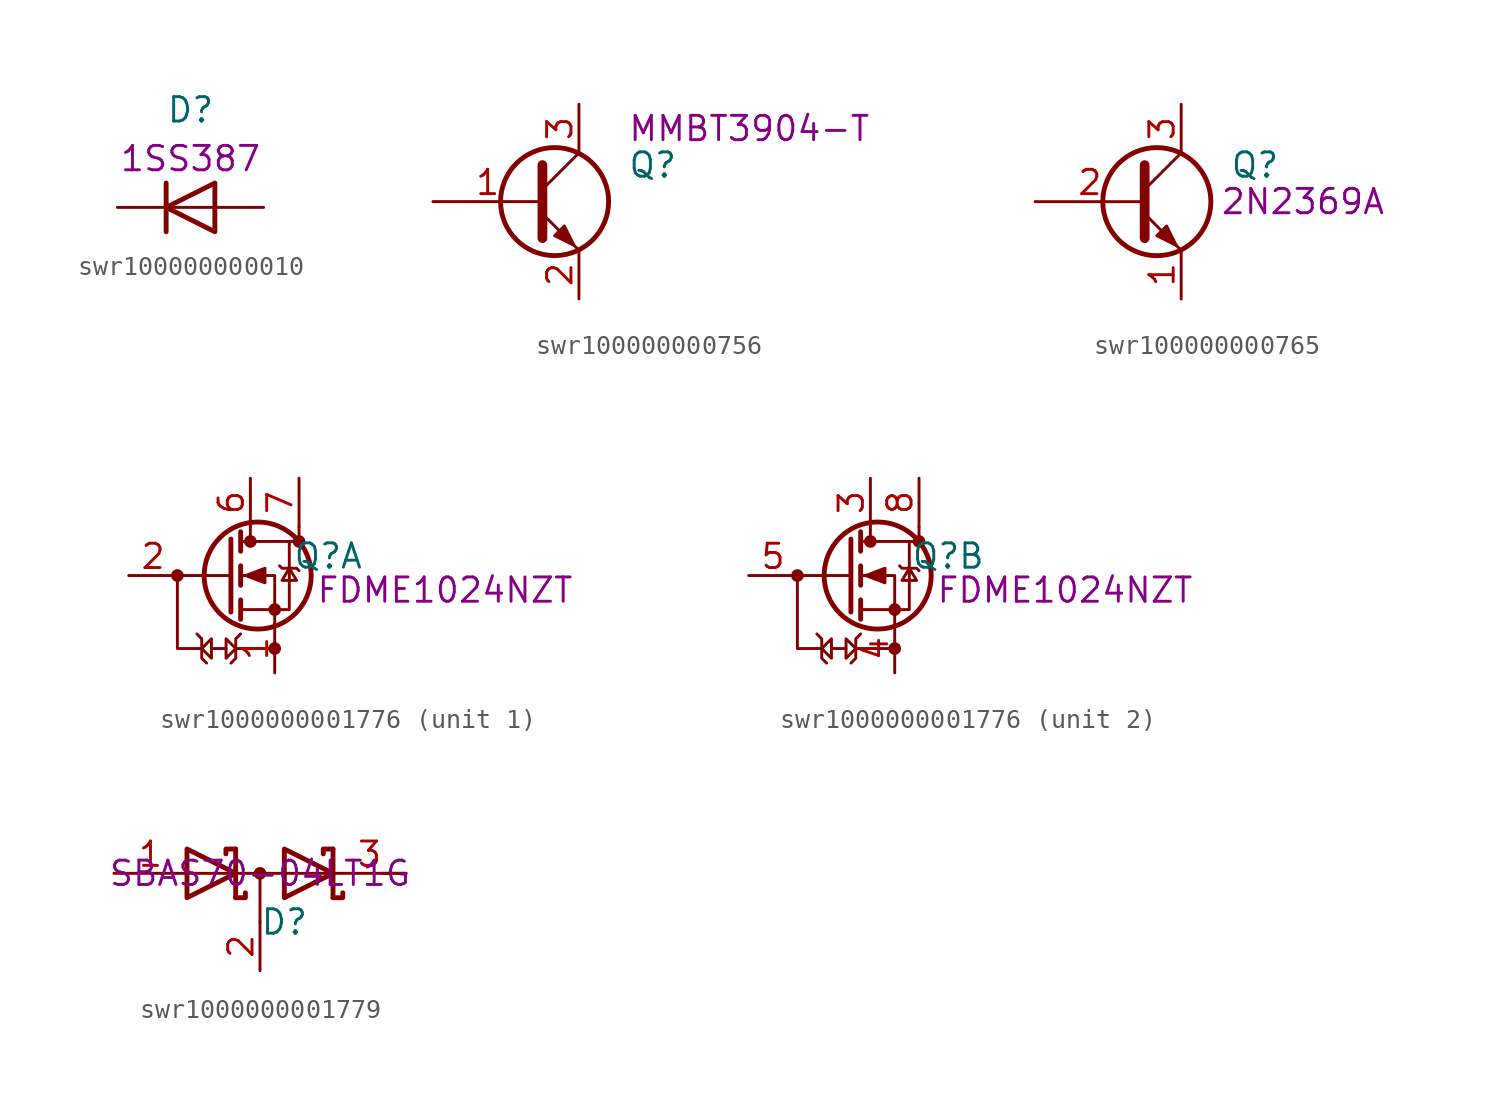
<source format=kicad_sym>
(kicad_symbol_lib
  (version 20211014)
  (generator kicad_symbol_editor)
  (symbol "swr100000000010"
    (pin_numbers hide)
    (pin_names
      (offset 1.016) hide)
    (property "Reference" "D"
      (at 0 5.08 0)
      (effects (font (size 1.27 1.27))))
    (property "PartValue" "1SS387"
      (at 0 2.54 0)
      (effects (font (size 1.27 1.27))))
    (symbol "swr100000000010_0_1"
      (polyline (pts (xy -1.27 1.27) (xy -1.27 -1.27)) (stroke (width 0.254) (type default) (color 0 0 0 0)) (fill (type none)))
      (polyline (pts (xy 1.27 0) (xy -1.27 0)) (stroke (width 0) (type default) (color 0 0 0 0)) (fill (type none)))
      (polyline (pts (xy 1.27 1.27) (xy 1.27 -1.27) (xy -1.27 0) (xy 1.27 1.27)) (stroke (width 0.254) (type default) (color 0 0 0 0)) (fill (type none))))
    (symbol "swr100000000010_1_1"
      (pin passive line (at -3.81 0 0) (length 2.54) (name "K" (effects (font (size 1.27 1.27)))) (number "1" (effects (font (size 1.27 1.27)))))
      (pin passive line (at 3.81 0 180) (length 2.54) (name "A" (effects (font (size 1.27 1.27)))) (number "2" (effects (font (size 1.27 1.27)))))))
  (symbol "swr100000000756"
    (pin_names
      (offset 0) hide)
    (property "Reference" "Q"
      (at 5.08 1.905 0)
      (effects (font (size 1.27 1.27)) (justify left)))
    (property "PartValue" "MMBT3904-T"
      (at 11.43 3.81 0)
      (effects (font (size 1.27 1.27))))
    (symbol "swr100000000756_0_1"
      (polyline (pts (xy 0.635 0.635) (xy 2.54 2.54)) (stroke (width 0) (type default) (color 0 0 0 0)) (fill (type none)))
      (polyline (pts (xy 0.635 -0.635) (xy 2.54 -2.54) (xy 2.54 -2.54)) (stroke (width 0) (type default) (color 0 0 0 0)) (fill (type none)))
      (polyline (pts (xy 0.635 1.905) (xy 0.635 -1.905) (xy 0.635 -1.905)) (stroke (width 0.508) (type default) (color 0 0 0 0)) (fill (type none)))
      (polyline (pts (xy 1.27 -1.778) (xy 1.778 -1.27) (xy 2.286 -2.286) (xy 1.27 -1.778) (xy 1.27 -1.778)) (stroke (width 0) (type default) (color 0 0 0 0)) (fill (type outline)))
      (circle (center 1.27 0) (radius 2.819) (stroke (width 0.254) (type default) (color 0 0 0 0)) (fill (type none))))
    (symbol "swr100000000756_1_1"
      (pin input line (at -5.08 0 0) (length 5.715) (name "B" (effects (font (size 1.27 1.27)))) (number "1" (effects (font (size 1.27 1.27)))))
      (pin passive line (at 2.54 -5.08 90) (length 2.54) (name "E" (effects (font (size 1.27 1.27)))) (number "2" (effects (font (size 1.27 1.27)))))
      (pin passive line (at 2.54 5.08 270) (length 2.54) (name "C" (effects (font (size 1.27 1.27)))) (number "3" (effects (font (size 1.27 1.27)))))))
  (symbol "swr100000000765"
    (pin_names
      (offset 0) hide)
    (property "Reference" "Q"
      (at 5.08 1.905 0)
      (effects (font (size 1.27 1.27)) (justify left)))
    (property "PartValue" "2N2369A"
      (at 8.89 0 0)
      (effects (font (size 1.27 1.27))))
    (symbol "swr100000000765_0_1"
      (polyline (pts (xy 0.635 0.635) (xy 2.54 2.54)) (stroke (width 0) (type default) (color 0 0 0 0)) (fill (type none)))
      (polyline (pts (xy 0.635 -0.635) (xy 2.54 -2.54) (xy 2.54 -2.54)) (stroke (width 0) (type default) (color 0 0 0 0)) (fill (type none)))
      (polyline (pts (xy 0.635 1.905) (xy 0.635 -1.905) (xy 0.635 -1.905)) (stroke (width 0.508) (type default) (color 0 0 0 0)) (fill (type none)))
      (polyline (pts (xy 1.27 -1.778) (xy 1.778 -1.27) (xy 2.286 -2.286) (xy 1.27 -1.778) (xy 1.27 -1.778)) (stroke (width 0) (type default) (color 0 0 0 0)) (fill (type outline)))
      (circle (center 1.27 0) (radius 2.819) (stroke (width 0.254) (type default) (color 0 0 0 0)) (fill (type none))))
    (symbol "swr100000000765_1_1"
      (pin passive line (at 2.54 -5.08 90) (length 2.54) (name "E" (effects (font (size 1.27 1.27)))) (number "1" (effects (font (size 1.27 1.27)))))
      (pin input line (at -5.08 0 0) (length 5.715) (name "B" (effects (font (size 1.27 1.27)))) (number "2" (effects (font (size 1.27 1.27)))))
      (pin passive line (at 2.54 5.08 270) (length 2.54) (name "C" (effects (font (size 1.27 1.27)))) (number "3" (effects (font (size 1.27 1.27)))))))
  (symbol "swr1000000001776"
    (pin_names
      (offset 0) hide)
    (property "Reference" "Q"
      (at 5.334 1.016 0)
      (effects (font (size 1.27 1.27))))
    (property "PartValue" "FDME1024NZT"
      (at 11.43 -0.762 0)
      (effects (font (size 1.27 1.27))))
    (property "ki_locked" ""
      (at 0 0 0)
      (effects (font (size 1.27 1.27))))
    (symbol "swr1000000001776_0_1"
      (circle (center -2.54 0) (radius 0.254) (stroke (width 0) (type default) (color 0 0 0 0)) (fill (type outline)))
      (polyline (pts (xy 0 -3.81) (xy -0.762 -3.81)) (stroke (width 0) (type default) (color 0 0 0 0)) (fill (type none)))
      (polyline (pts (xy 0.254 0) (xy -2.54 0)) (stroke (width 0) (type default) (color 0 0 0 0)) (fill (type none)))
      (polyline (pts (xy 0.254 1.905) (xy 0.254 -1.905)) (stroke (width 0.254) (type default) (color 0 0 0 0)) (fill (type none)))
      (polyline (pts (xy 0.508 -3.81) (xy 2.54 -3.81)) (stroke (width 0) (type default) (color 0 0 0 0)) (fill (type none)))
      (polyline (pts (xy 0.762 -1.27) (xy 0.762 -2.286)) (stroke (width 0.254) (type default) (color 0 0 0 0)) (fill (type none)))
      (polyline (pts (xy 0.762 0.508) (xy 0.762 -0.508)) (stroke (width 0.254) (type default) (color 0 0 0 0)) (fill (type none)))
      (polyline (pts (xy 0.762 2.286) (xy 0.762 1.27)) (stroke (width 0.254) (type default) (color 0 0 0 0)) (fill (type none)))
      (polyline (pts (xy 1.27 2.54) (xy 1.27 1.778)) (stroke (width 0) (type default) (color 0 0 0 0)) (fill (type none)))
      (polyline (pts (xy -2.54 0) (xy -2.54 -3.81) (xy -1.27 -3.81)) (stroke (width 0) (type default) (color 0 0 0 0)) (fill (type none)))
      (polyline (pts (xy -1.27 -3.81) (xy -1.27 -4.318) (xy -1.016 -4.572)) (stroke (width 0) (type default) (color 0 0 0 0)) (fill (type none)))
      (polyline (pts (xy -1.27 -3.81) (xy -1.27 -3.302) (xy -1.524 -3.048)) (stroke (width 0) (type default) (color 0 0 0 0)) (fill (type none)))
      (polyline (pts (xy 0.508 -3.81) (xy 0.508 -4.318) (xy 0.254 -4.572)) (stroke (width 0) (type default) (color 0 0 0 0)) (fill (type none)))
      (polyline (pts (xy 0.508 -3.81) (xy 0.508 -3.302) (xy 0.762 -3.048)) (stroke (width 0) (type default) (color 0 0 0 0)) (fill (type none)))
      (polyline (pts (xy 2.54 -2.54) (xy 2.54 0) (xy 0.762 0)) (stroke (width 0) (type default) (color 0 0 0 0)) (fill (type none)))
      (polyline (pts (xy 3.302 1.778) (xy 3.81 1.778) (xy 3.81 2.54)) (stroke (width 0) (type default) (color 0 0 0 0)) (fill (type none)))
      (polyline (pts (xy -1.27 -3.81) (xy -0.762 -3.302) (xy -0.762 -4.318) (xy -1.27 -3.81)) (stroke (width 0) (type default) (color 0 0 0 0)) (fill (type none)))
      (polyline (pts (xy 0 -3.302) (xy 0 -4.318) (xy 0.508 -3.81) (xy 0 -3.302)) (stroke (width 0) (type default) (color 0 0 0 0)) (fill (type none)))
      (polyline (pts (xy 0.762 -1.778) (xy 3.302 -1.778) (xy 3.302 1.778) (xy 0.762 1.778)) (stroke (width 0) (type default) (color 0 0 0 0)) (fill (type none)))
      (polyline (pts (xy 1.016 0) (xy 2.032 0.381) (xy 2.032 -0.381) (xy 1.016 0)) (stroke (width 0) (type default) (color 0 0 0 0)) (fill (type outline)))
      (polyline (pts (xy 2.794 0.508) (xy 2.921 0.381) (xy 3.683 0.381) (xy 3.81 0.254)) (stroke (width 0) (type default) (color 0 0 0 0)) (fill (type none)))
      (polyline (pts (xy 3.302 0.381) (xy 2.921 -0.254) (xy 3.683 -0.254) (xy 3.302 0.381)) (stroke (width 0) (type default) (color 0 0 0 0)) (fill (type none)))
      (circle (center 1.27 1.778) (radius 0.254) (stroke (width 0) (type default) (color 0 0 0 0)) (fill (type outline)))
      (circle (center 1.651 0) (radius 2.794) (stroke (width 0.254) (type default) (color 0 0 0 0)) (fill (type none)))
      (circle (center 2.54 -3.81) (radius 0.254) (stroke (width 0) (type default) (color 0 0 0 0)) (fill (type outline)))
      (circle (center 2.54 -1.778) (radius 0.254) (stroke (width 0) (type default) (color 0 0 0 0)) (fill (type outline)))
      (circle (center 3.81 1.778) (radius 0.254) (stroke (width 0) (type default) (color 0 0 0 0)) (fill (type outline))))
    (symbol "swr1000000001776_1_1"
      (pin passive line (at 2.54 -5.08 90) (length 2.54) (name "S1" (effects (font (size 1.27 1.27)))) (number "1" (effects (font (size 1.27 1.27)))))
      (pin input line (at -5.08 0 0) (length 2.54) (name "G1" (effects (font (size 1.27 1.27)))) (number "2" (effects (font (size 1.27 1.27)))))
      (pin passive line (at 1.27 5.08 270) (length 2.54) (name "D1" (effects (font (size 1.27 1.27)))) (number "6" (effects (font (size 1.27 1.27)))))
      (pin passive line (at 3.81 5.08 270) (length 2.54) (name "D1" (effects (font (size 1.27 1.27)))) (number "7" (effects (font (size 1.27 1.27))))))
    (symbol "swr1000000001776_2_1"
      (pin passive line (at 1.27 5.08 270) (length 2.54) (name "D2" (effects (font (size 1.27 1.27)))) (number "3" (effects (font (size 1.27 1.27)))))
      (pin passive line (at 2.54 -5.08 90) (length 2.54) (name "S2" (effects (font (size 1.27 1.27)))) (number "4" (effects (font (size 1.27 1.27)))))
      (pin input line (at -5.08 0 0) (length 2.54) (name "G2" (effects (font (size 1.27 1.27)))) (number "5" (effects (font (size 1.27 1.27)))))
      (pin passive line (at 3.81 5.08 270) (length 2.54) (name "D2" (effects (font (size 1.27 1.27)))) (number "8" (effects (font (size 1.27 1.27)))))))
  (symbol "swr1000000001779"
    (pin_names
      (offset 0.762) hide)
    (property "Reference" "D"
      (at 1.27 -2.54 0)
      (effects (font (size 1.27 1.27))))
    (property "PartValue" "SBAS70-04LT1G"
      (at 0 0 0)
      (effects (font (size 1.27 1.27))))
    (symbol "swr1000000001779_0_1"
      (polyline (pts (xy 0 0) (xy 0 -2.54)) (stroke (width 0) (type default) (color 0 0 0 0)) (fill (type none)))
      (polyline (pts (xy 3.81 0) (xy -3.81 0)) (stroke (width 0) (type default) (color 0 0 0 0)) (fill (type none)))
      (polyline (pts (xy 6.35 0) (xy 7.62 0)) (stroke (width 0) (type default) (color 0 0 0 0)) (fill (type none)))
      (polyline (pts (xy -1.27 -1.27) (xy -1.27 1.27) (xy -1.27 1.27)) (stroke (width 0.254) (type default) (color 0 0 0 0)) (fill (type none)))
      (polyline (pts (xy 3.81 1.27) (xy 3.81 -1.27) (xy 3.81 -1.27)) (stroke (width 0.254) (type default) (color 0 0 0 0)) (fill (type none)))
      (polyline (pts (xy -1.27 -1.27) (xy -0.762 -1.27) (xy -0.762 -1.016) (xy -0.762 -1.016)) (stroke (width 0.254) (type default) (color 0 0 0 0)) (fill (type none)))
      (polyline (pts (xy 3.81 -1.27) (xy 4.318 -1.27) (xy 4.318 -1.016) (xy 4.318 -1.016)) (stroke (width 0.254) (type default) (color 0 0 0 0)) (fill (type none)))
      (polyline (pts (xy 3.81 1.27) (xy 3.302 1.27) (xy 3.302 1.016) (xy 3.302 1.016)) (stroke (width 0.254) (type default) (color 0 0 0 0)) (fill (type none)))
      (polyline (pts (xy -1.778 1.016) (xy -1.778 1.27) (xy -1.27 1.27) (xy -1.27 1.27) (xy -1.27 1.27)) (stroke (width 0.254) (type default) (color 0 0 0 0)) (fill (type none)))
      (polyline (pts (xy -3.81 1.27) (xy -1.27 0) (xy -3.81 -1.27) (xy -3.81 1.27) (xy -3.81 1.27) (xy -3.81 1.27)) (stroke (width 0.254) (type default) (color 0 0 0 0)) (fill (type none)))
      (polyline (pts (xy 1.27 1.27) (xy 3.81 0) (xy 1.27 -1.27) (xy 1.27 1.27) (xy 1.27 1.27) (xy 1.27 1.27)) (stroke (width 0.254) (type default) (color 0 0 0 0)) (fill (type none)))
      (circle (center 0 0) (radius 0.254) (stroke (width 0) (type default) (color 0 0 0 0)) (fill (type outline)))
      (pin passive line (at -7.62 0 0) (length 3.81) (name "A" (effects (font (size 1.27 1.27)))) (number "1" (effects (font (size 1.27 1.27)))))
      (pin passive line (at 0 -5.08 90) (length 2.54) (name "common" (effects (font (size 1.27 1.27)))) (number "2" (effects (font (size 1.27 1.27)))))
      (pin passive line (at 7.62 0 180) (length 3.81) (name "K" (effects (font (size 1.27 1.27)))) (number "3" (effects (font (size 1.27 1.27))))))))
</source>
